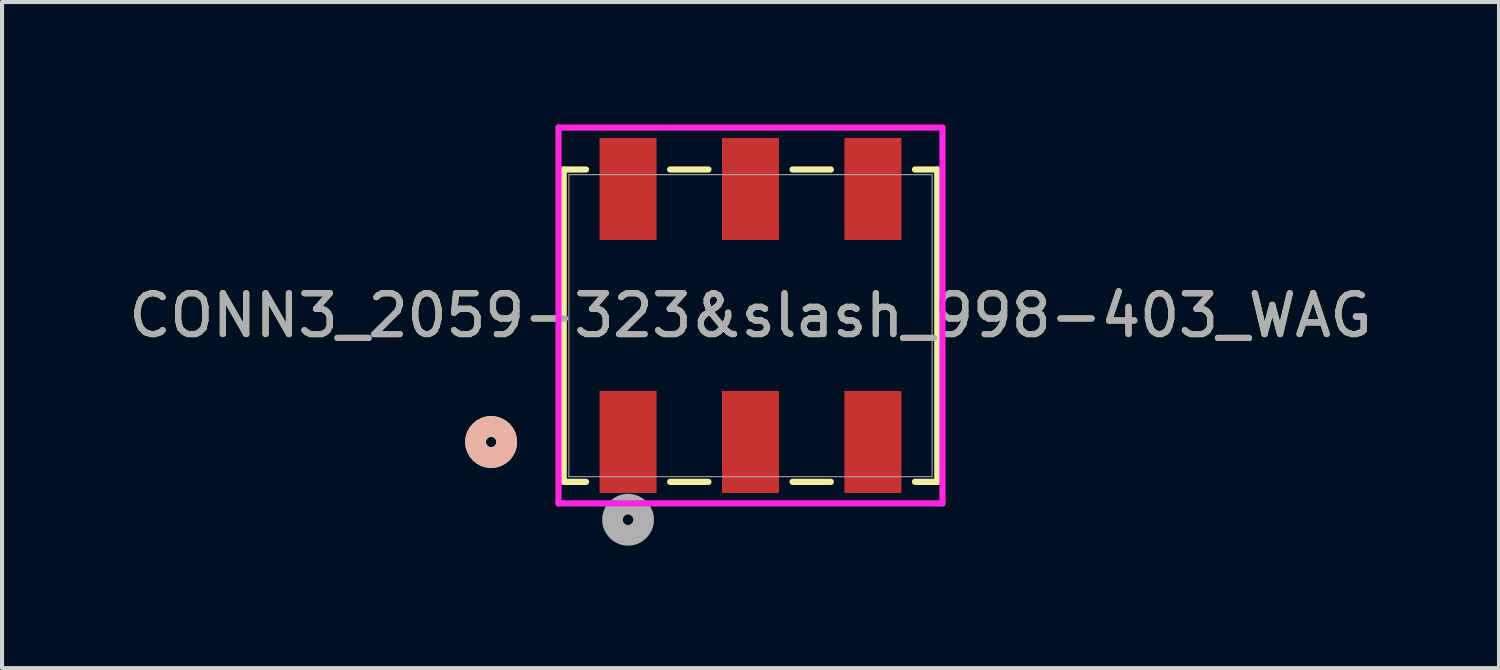
<source format=kicad_pcb>
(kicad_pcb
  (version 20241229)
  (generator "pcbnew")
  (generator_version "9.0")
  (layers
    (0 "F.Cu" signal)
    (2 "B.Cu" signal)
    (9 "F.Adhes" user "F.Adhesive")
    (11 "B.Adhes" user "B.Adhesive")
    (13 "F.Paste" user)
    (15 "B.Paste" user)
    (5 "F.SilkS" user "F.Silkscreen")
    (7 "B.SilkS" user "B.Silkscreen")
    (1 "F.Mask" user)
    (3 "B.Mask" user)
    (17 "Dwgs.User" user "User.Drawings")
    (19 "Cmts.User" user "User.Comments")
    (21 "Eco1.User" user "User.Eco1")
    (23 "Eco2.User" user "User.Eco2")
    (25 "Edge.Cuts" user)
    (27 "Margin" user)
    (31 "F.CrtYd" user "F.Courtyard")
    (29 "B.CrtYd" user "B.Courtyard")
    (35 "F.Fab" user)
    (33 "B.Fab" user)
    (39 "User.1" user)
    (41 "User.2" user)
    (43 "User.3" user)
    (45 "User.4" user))
  (footprint "CONN3_2059-323&slash_998-403_WAG"
    (layer "F.Cu")
    (at 15.339 4.93)
    (property "Reference" "CONN3_2059-323&slash_998-403_WAG" (at 0 -0.25 0) (unlocked yes) (layer "F.SilkS") (effects (font (size 1 1) (thickness 0.15))))
    (attr smd)
    (fp_line (start -4.577 -3.827) (end -4.577 3.827) (stroke (width 0.152) (type solid)) (layer "F.SilkS"))
    (fp_line (start -4.577 3.827) (end -4.031 3.827) (stroke (width 0.152) (type solid)) (layer "F.SilkS"))
    (fp_line (start -4.031 -3.827) (end -4.577 -3.827) (stroke (width 0.152) (type solid)) (layer "F.SilkS"))
    (fp_line (start -1.969 3.827) (end -1.031 3.827) (stroke (width 0.152) (type solid)) (layer "F.SilkS"))
    (fp_line (start -1.031 -3.827) (end -1.969 -3.827) (stroke (width 0.152) (type solid)) (layer "F.SilkS"))
    (fp_line (start 1.031 3.827) (end 1.969 3.827) (stroke (width 0.152) (type solid)) (layer "F.SilkS"))
    (fp_line (start 1.969 -3.827) (end 1.031 -3.827) (stroke (width 0.152) (type solid)) (layer "F.SilkS"))
    (fp_line (start 4.031 3.827) (end 4.577 3.827) (stroke (width 0.152) (type solid)) (layer "F.SilkS"))
    (fp_line (start 4.577 -3.827) (end 4.031 -3.827) (stroke (width 0.152) (type solid)) (layer "F.SilkS"))
    (fp_line (start 4.577 3.827) (end 4.577 -3.827) (stroke (width 0.152) (type solid)) (layer "F.SilkS"))
    (fp_circle (center -6.355 2.85) (end -5.974 2.85) (stroke (width 0.508) (type solid)) (fill no) (layer "F.SilkS"))
    (fp_circle (center -6.355 2.85) (end -5.974 2.85) (stroke (width 0.508) (type solid)) (fill no) (layer "B.SilkS"))
    (fp_line (start -4.704 -4.854) (end -4.704 4.354) (stroke (width 0.152) (type solid)) (layer "F.CrtYd"))
    (fp_line (start -4.704 4.354) (end 4.704 4.354) (stroke (width 0.152) (type solid)) (layer "F.CrtYd"))
    (fp_line (start 4.704 -4.854) (end -4.704 -4.854) (stroke (width 0.152) (type solid)) (layer "F.CrtYd"))
    (fp_line (start 4.704 4.354) (end 4.704 -4.854) (stroke (width 0.152) (type solid)) (layer "F.CrtYd"))
    (fp_line (start -4.45 -3.7) (end -4.45 3.7) (stroke (width 0.025) (type solid)) (layer "F.Fab"))
    (fp_line (start -4.45 3.7) (end 4.45 3.7) (stroke (width 0.025) (type solid)) (layer "F.Fab"))
    (fp_line (start 4.45 -3.7) (end -4.45 -3.7) (stroke (width 0.025) (type solid)) (layer "F.Fab"))
    (fp_line (start 4.45 3.7) (end 4.45 -3.7) (stroke (width 0.025) (type solid)) (layer "F.Fab"))
    (fp_circle (center -3 4.755) (end -2.619 4.755) (stroke (width 0.508) (type solid)) (fill no) (layer "F.Fab"))
    (fp_text user "${REFERENCE}" (at 0 -0.25 0) (unlocked yes) (layer "F.Fab") (effects (font (size 1 1) (thickness 0.15))))
    (pad "1" smd rect (at -3 2.85) (size 1.397 2.5) (layers "F.Cu" "F.Mask" "F.Paste"))
    (pad "2" smd rect (at -3 -3.35) (size 1.397 2.5) (layers "F.Cu" "F.Mask" "F.Paste"))
    (pad "3" smd rect (at 0 2.85) (size 1.397 2.5) (layers "F.Cu" "F.Mask" "F.Paste"))
    (pad "4" smd rect (at 0 -3.35) (size 1.397 2.5) (layers "F.Cu" "F.Mask" "F.Paste"))
    (pad "5" smd rect (at 3 2.85) (size 1.397 2.5) (layers "F.Cu" "F.Mask" "F.Paste"))
    (pad "6" smd rect (at 3 -3.35) (size 1.397 2.5) (layers "F.Cu" "F.Mask" "F.Paste")))
  (gr_rect
    (start -3 -3)
    (end 33.679 13.32)
    (stroke (width 0.1) (type default))
    (fill no)
    (layer "Edge.Cuts")))
</source>
